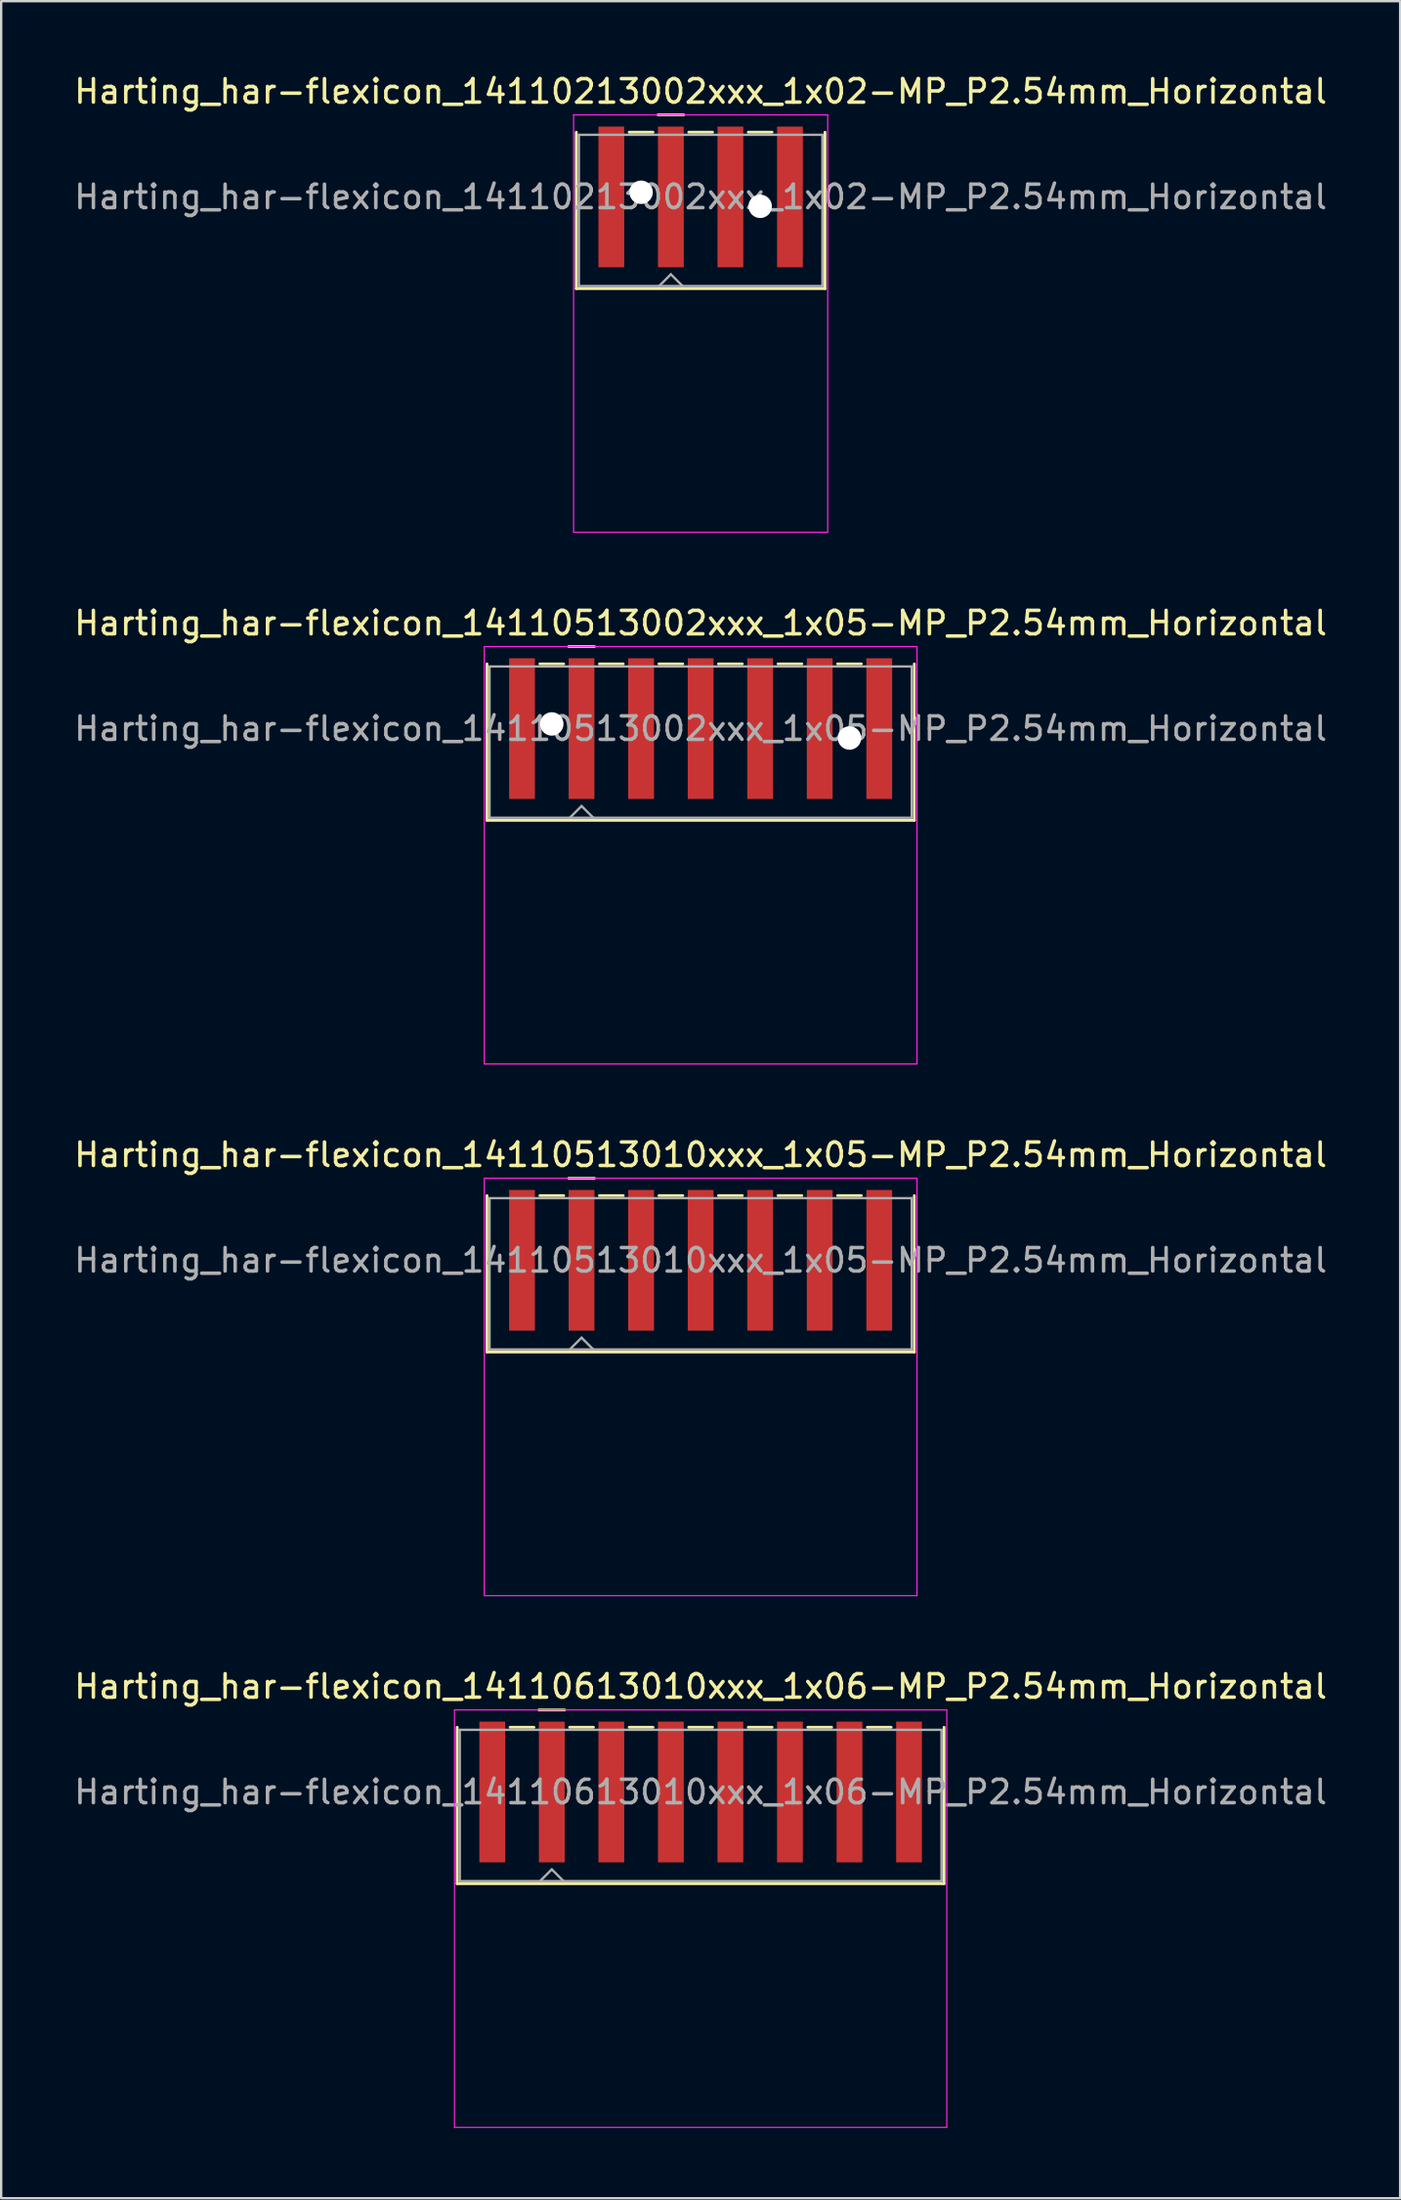
<source format=kicad_pcb>
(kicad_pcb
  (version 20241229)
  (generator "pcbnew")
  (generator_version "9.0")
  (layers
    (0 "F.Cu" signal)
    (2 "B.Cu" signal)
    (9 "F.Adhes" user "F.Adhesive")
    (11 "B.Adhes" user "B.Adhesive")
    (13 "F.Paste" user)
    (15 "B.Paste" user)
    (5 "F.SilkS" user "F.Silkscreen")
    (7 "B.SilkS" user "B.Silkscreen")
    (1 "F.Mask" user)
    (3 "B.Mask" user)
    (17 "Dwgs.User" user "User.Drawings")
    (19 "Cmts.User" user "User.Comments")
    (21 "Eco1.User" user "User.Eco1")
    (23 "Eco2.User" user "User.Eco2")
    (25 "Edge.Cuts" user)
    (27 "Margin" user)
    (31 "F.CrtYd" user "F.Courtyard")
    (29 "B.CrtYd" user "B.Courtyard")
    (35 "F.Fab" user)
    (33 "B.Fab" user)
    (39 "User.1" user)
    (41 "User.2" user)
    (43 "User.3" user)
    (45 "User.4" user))
  (footprint "Harting_har-flexicon_14110513010xxx_1x05-MP_P2.54mm_Horizontal"
    (layer "F.Cu")
    (at 26.839 51.995)
    (property "Reference" "Harting_har-flexicon_14110513010xxx_1x05-MP_P2.54mm_Horizontal" (at 0 -5.8 0) (layer "F.SilkS") (effects (font (size 1 1) (thickness 0.15))))
    (attr smd)
    (fp_line (start -9.115 -4.06) (end -9.115 2.61) (stroke (width 0.12) (type solid)) (layer "F.SilkS"))
    (fp_line (start -6.858 -4.06) (end -5.842 -4.06) (stroke (width 0.12) (type solid)) (layer "F.SilkS"))
    (fp_line (start -5.63 -4.8) (end -4.53 -4.8) (stroke (width 0.12) (type solid)) (layer "F.SilkS"))
    (fp_line (start -4.318 -4.06) (end -3.302 -4.06) (stroke (width 0.12) (type solid)) (layer "F.SilkS"))
    (fp_line (start -1.778 -4.06) (end -0.762 -4.06) (stroke (width 0.12) (type solid)) (layer "F.SilkS"))
    (fp_line (start 0.762 -4.06) (end 1.778 -4.06) (stroke (width 0.12) (type solid)) (layer "F.SilkS"))
    (fp_line (start 3.302 -4.06) (end 4.318 -4.06) (stroke (width 0.12) (type solid)) (layer "F.SilkS"))
    (fp_line (start 5.842 -4.06) (end 6.858 -4.06) (stroke (width 0.12) (type solid)) (layer "F.SilkS"))
    (fp_line (start 9.115 -4.06) (end 9.115 2.61) (stroke (width 0.12) (type solid)) (layer "F.SilkS"))
    (fp_line (start 9.115 2.61) (end -9.115 2.61) (stroke (width 0.12) (type solid)) (layer "F.SilkS"))
    (fp_line (start -9.23 -4.8) (end -9.23 13) (stroke (width 0.05) (type solid)) (layer "F.CrtYd"))
    (fp_line (start -9.23 13) (end 9.23 13) (stroke (width 0.05) (type solid)) (layer "F.CrtYd"))
    (fp_line (start 9.23 -4.8) (end -9.23 -4.8) (stroke (width 0.05) (type solid)) (layer "F.CrtYd"))
    (fp_line (start 9.23 13) (end 9.23 -4.8) (stroke (width 0.05) (type solid)) (layer "F.CrtYd"))
    (fp_line (start -9.005 -3.95) (end -9.005 2.5) (stroke (width 0.1) (type solid)) (layer "F.Fab"))
    (fp_line (start -9.005 2.5) (end 9.005 2.5) (stroke (width 0.1) (type solid)) (layer "F.Fab"))
    (fp_line (start -5.58 2.5) (end -5.08 2) (stroke (width 0.1) (type solid)) (layer "F.Fab"))
    (fp_line (start -5.08 2) (end -4.58 2.5) (stroke (width 0.1) (type solid)) (layer "F.Fab"))
    (fp_line (start 9.005 -3.95) (end -9.005 -3.95) (stroke (width 0.1) (type solid)) (layer "F.Fab"))
    (fp_line (start 9.005 2.5) (end 9.005 -3.95) (stroke (width 0.1) (type solid)) (layer "F.Fab"))
    (fp_text user "${REFERENCE}" (at 0 -1.3 0) (layer "F.Fab") (effects (font (size 1 1) (thickness 0.15))))
    (pad "1" smd rect (at -5.08 -1.3) (size 1.1 6) (layers "F.Cu" "F.Mask" "F.Paste"))
    (pad "2" smd rect (at -2.54 -1.3) (size 1.1 6) (layers "F.Cu" "F.Mask" "F.Paste"))
    (pad "3" smd rect (at 0 -1.3) (size 1.1 6) (layers "F.Cu" "F.Mask" "F.Paste"))
    (pad "4" smd rect (at 2.54 -1.3) (size 1.1 6) (layers "F.Cu" "F.Mask" "F.Paste"))
    (pad "5" smd rect (at 5.08 -1.3) (size 1.1 6) (layers "F.Cu" "F.Mask" "F.Paste"))
    (pad "MP" smd rect (at -7.62 -1.3) (size 1.1 6) (layers "F.Cu" "F.Mask" "F.Paste"))
    (pad "MP" smd rect (at 7.62 -1.3) (size 1.1 6) (layers "F.Cu" "F.Mask" "F.Paste")))
  (footprint "Harting_har-flexicon_14110213002xxx_1x02-MP_P2.54mm_Horizontal"
    (layer "F.Cu")
    (at 26.839 6.648)
    (property "Reference" "Harting_har-flexicon_14110213002xxx_1x02-MP_P2.54mm_Horizontal" (at 0 -5.8 0) (layer "F.SilkS") (effects (font (size 1 1) (thickness 0.15))))
    (attr smd)
    (fp_line (start -5.305 -4.06) (end -5.305 2.61) (stroke (width 0.12) (type solid)) (layer "F.SilkS"))
    (fp_line (start -3.048 -4.06) (end -2.032 -4.06) (stroke (width 0.12) (type solid)) (layer "F.SilkS"))
    (fp_line (start -1.82 -4.8) (end -0.72 -4.8) (stroke (width 0.12) (type solid)) (layer "F.SilkS"))
    (fp_line (start -0.508 -4.06) (end 0.508 -4.06) (stroke (width 0.12) (type solid)) (layer "F.SilkS"))
    (fp_line (start 2.032 -4.06) (end 3.048 -4.06) (stroke (width 0.12) (type solid)) (layer "F.SilkS"))
    (fp_line (start 5.305 -4.06) (end 5.305 2.61) (stroke (width 0.12) (type solid)) (layer "F.SilkS"))
    (fp_line (start 5.305 2.61) (end -5.305 2.61) (stroke (width 0.12) (type solid)) (layer "F.SilkS"))
    (fp_line (start -5.42 -4.8) (end -5.42 13) (stroke (width 0.05) (type solid)) (layer "F.CrtYd"))
    (fp_line (start -5.42 13) (end 5.42 13) (stroke (width 0.05) (type solid)) (layer "F.CrtYd"))
    (fp_line (start 5.42 -4.8) (end -5.42 -4.8) (stroke (width 0.05) (type solid)) (layer "F.CrtYd"))
    (fp_line (start 5.42 13) (end 5.42 -4.8) (stroke (width 0.05) (type solid)) (layer "F.CrtYd"))
    (fp_line (start -5.195 -3.95) (end -5.195 2.5) (stroke (width 0.1) (type solid)) (layer "F.Fab"))
    (fp_line (start -5.195 2.5) (end 5.195 2.5) (stroke (width 0.1) (type solid)) (layer "F.Fab"))
    (fp_line (start -1.77 2.5) (end -1.27 2) (stroke (width 0.1) (type solid)) (layer "F.Fab"))
    (fp_line (start -1.27 2) (end -0.77 2.5) (stroke (width 0.1) (type solid)) (layer "F.Fab"))
    (fp_line (start 5.195 -3.95) (end -5.195 -3.95) (stroke (width 0.1) (type solid)) (layer "F.Fab"))
    (fp_line (start 5.195 2.5) (end 5.195 -3.95) (stroke (width 0.1) (type solid)) (layer "F.Fab"))
    (fp_text user "${REFERENCE}" (at 0 -1.3 0) (layer "F.Fab") (effects (font (size 1 1) (thickness 0.15))))
    (pad "" np_thru_hole circle (at -2.54 -1.5) (size 1 1) (drill 1) (layers "*.Cu" "*.Mask"))
    (pad "" np_thru_hole circle (at 2.54 -0.9) (size 1 1) (drill 1) (layers "*.Cu" "*.Mask"))
    (pad "1" smd rect (at -1.27 -1.3) (size 1.1 6) (layers "F.Cu" "F.Mask" "F.Paste"))
    (pad "2" smd rect (at 1.27 -1.3) (size 1.1 6) (layers "F.Cu" "F.Mask" "F.Paste"))
    (pad "MP" smd rect (at -3.81 -1.3) (size 1.1 6) (layers "F.Cu" "F.Mask" "F.Paste"))
    (pad "MP" smd rect (at 3.81 -1.3) (size 1.1 6) (layers "F.Cu" "F.Mask" "F.Paste")))
  (footprint "Harting_har-flexicon_14110513002xxx_1x05-MP_P2.54mm_Horizontal"
    (layer "F.Cu")
    (at 26.839 29.322)
    (property "Reference" "Harting_har-flexicon_14110513002xxx_1x05-MP_P2.54mm_Horizontal" (at 0 -5.8 0) (layer "F.SilkS") (effects (font (size 1 1) (thickness 0.15))))
    (attr smd)
    (fp_line (start -9.115 -4.06) (end -9.115 2.61) (stroke (width 0.12) (type solid)) (layer "F.SilkS"))
    (fp_line (start -6.858 -4.06) (end -5.842 -4.06) (stroke (width 0.12) (type solid)) (layer "F.SilkS"))
    (fp_line (start -5.63 -4.8) (end -4.53 -4.8) (stroke (width 0.12) (type solid)) (layer "F.SilkS"))
    (fp_line (start -4.318 -4.06) (end -3.302 -4.06) (stroke (width 0.12) (type solid)) (layer "F.SilkS"))
    (fp_line (start -1.778 -4.06) (end -0.762 -4.06) (stroke (width 0.12) (type solid)) (layer "F.SilkS"))
    (fp_line (start 0.762 -4.06) (end 1.778 -4.06) (stroke (width 0.12) (type solid)) (layer "F.SilkS"))
    (fp_line (start 3.302 -4.06) (end 4.318 -4.06) (stroke (width 0.12) (type solid)) (layer "F.SilkS"))
    (fp_line (start 5.842 -4.06) (end 6.858 -4.06) (stroke (width 0.12) (type solid)) (layer "F.SilkS"))
    (fp_line (start 9.115 -4.06) (end 9.115 2.61) (stroke (width 0.12) (type solid)) (layer "F.SilkS"))
    (fp_line (start 9.115 2.61) (end -9.115 2.61) (stroke (width 0.12) (type solid)) (layer "F.SilkS"))
    (fp_line (start -9.23 -4.8) (end -9.23 13) (stroke (width 0.05) (type solid)) (layer "F.CrtYd"))
    (fp_line (start -9.23 13) (end 9.23 13) (stroke (width 0.05) (type solid)) (layer "F.CrtYd"))
    (fp_line (start 9.23 -4.8) (end -9.23 -4.8) (stroke (width 0.05) (type solid)) (layer "F.CrtYd"))
    (fp_line (start 9.23 13) (end 9.23 -4.8) (stroke (width 0.05) (type solid)) (layer "F.CrtYd"))
    (fp_line (start -9.005 -3.95) (end -9.005 2.5) (stroke (width 0.1) (type solid)) (layer "F.Fab"))
    (fp_line (start -9.005 2.5) (end 9.005 2.5) (stroke (width 0.1) (type solid)) (layer "F.Fab"))
    (fp_line (start -5.58 2.5) (end -5.08 2) (stroke (width 0.1) (type solid)) (layer "F.Fab"))
    (fp_line (start -5.08 2) (end -4.58 2.5) (stroke (width 0.1) (type solid)) (layer "F.Fab"))
    (fp_line (start 9.005 -3.95) (end -9.005 -3.95) (stroke (width 0.1) (type solid)) (layer "F.Fab"))
    (fp_line (start 9.005 2.5) (end 9.005 -3.95) (stroke (width 0.1) (type solid)) (layer "F.Fab"))
    (fp_text user "${REFERENCE}" (at 0 -1.3 0) (layer "F.Fab") (effects (font (size 1 1) (thickness 0.15))))
    (pad "" np_thru_hole circle (at -6.35 -1.5) (size 1 1) (drill 1) (layers "*.Cu" "*.Mask"))
    (pad "" np_thru_hole circle (at 6.35 -0.9) (size 1 1) (drill 1) (layers "*.Cu" "*.Mask"))
    (pad "1" smd rect (at -5.08 -1.3) (size 1.1 6) (layers "F.Cu" "F.Mask" "F.Paste"))
    (pad "2" smd rect (at -2.54 -1.3) (size 1.1 6) (layers "F.Cu" "F.Mask" "F.Paste"))
    (pad "3" smd rect (at 0 -1.3) (size 1.1 6) (layers "F.Cu" "F.Mask" "F.Paste"))
    (pad "4" smd rect (at 2.54 -1.3) (size 1.1 6) (layers "F.Cu" "F.Mask" "F.Paste"))
    (pad "5" smd rect (at 5.08 -1.3) (size 1.1 6) (layers "F.Cu" "F.Mask" "F.Paste"))
    (pad "MP" smd rect (at -7.62 -1.3) (size 1.1 6) (layers "F.Cu" "F.Mask" "F.Paste"))
    (pad "MP" smd rect (at 7.62 -1.3) (size 1.1 6) (layers "F.Cu" "F.Mask" "F.Paste")))
  (footprint "Harting_har-flexicon_14110613010xxx_1x06-MP_P2.54mm_Horizontal"
    (layer "F.Cu")
    (at 26.839 74.668)
    (property "Reference" "Harting_har-flexicon_14110613010xxx_1x06-MP_P2.54mm_Horizontal" (at 0 -5.8 0) (layer "F.SilkS") (effects (font (size 1 1) (thickness 0.15))))
    (attr smd)
    (fp_line (start -10.385 -4.06) (end -10.385 2.61) (stroke (width 0.12) (type solid)) (layer "F.SilkS"))
    (fp_line (start -8.128 -4.06) (end -7.112 -4.06) (stroke (width 0.12) (type solid)) (layer "F.SilkS"))
    (fp_line (start -6.9 -4.8) (end -5.8 -4.8) (stroke (width 0.12) (type solid)) (layer "F.SilkS"))
    (fp_line (start -5.588 -4.06) (end -4.572 -4.06) (stroke (width 0.12) (type solid)) (layer "F.SilkS"))
    (fp_line (start -3.048 -4.06) (end -2.032 -4.06) (stroke (width 0.12) (type solid)) (layer "F.SilkS"))
    (fp_line (start -0.508 -4.06) (end 0.508 -4.06) (stroke (width 0.12) (type solid)) (layer "F.SilkS"))
    (fp_line (start 2.032 -4.06) (end 3.048 -4.06) (stroke (width 0.12) (type solid)) (layer "F.SilkS"))
    (fp_line (start 4.572 -4.06) (end 5.588 -4.06) (stroke (width 0.12) (type solid)) (layer "F.SilkS"))
    (fp_line (start 7.112 -4.06) (end 8.128 -4.06) (stroke (width 0.12) (type solid)) (layer "F.SilkS"))
    (fp_line (start 10.385 -4.06) (end 10.385 2.61) (stroke (width 0.12) (type solid)) (layer "F.SilkS"))
    (fp_line (start 10.385 2.61) (end -10.385 2.61) (stroke (width 0.12) (type solid)) (layer "F.SilkS"))
    (fp_line (start -10.5 -4.8) (end -10.5 13) (stroke (width 0.05) (type solid)) (layer "F.CrtYd"))
    (fp_line (start -10.5 13) (end 10.5 13) (stroke (width 0.05) (type solid)) (layer "F.CrtYd"))
    (fp_line (start 10.5 -4.8) (end -10.5 -4.8) (stroke (width 0.05) (type solid)) (layer "F.CrtYd"))
    (fp_line (start 10.5 13) (end 10.5 -4.8) (stroke (width 0.05) (type solid)) (layer "F.CrtYd"))
    (fp_line (start -10.275 -3.95) (end -10.275 2.5) (stroke (width 0.1) (type solid)) (layer "F.Fab"))
    (fp_line (start -10.275 2.5) (end 10.275 2.5) (stroke (width 0.1) (type solid)) (layer "F.Fab"))
    (fp_line (start -6.85 2.5) (end -6.35 2) (stroke (width 0.1) (type solid)) (layer "F.Fab"))
    (fp_line (start -6.35 2) (end -5.85 2.5) (stroke (width 0.1) (type solid)) (layer "F.Fab"))
    (fp_line (start 10.275 -3.95) (end -10.275 -3.95) (stroke (width 0.1) (type solid)) (layer "F.Fab"))
    (fp_line (start 10.275 2.5) (end 10.275 -3.95) (stroke (width 0.1) (type solid)) (layer "F.Fab"))
    (fp_text user "${REFERENCE}" (at 0 -1.3 0) (layer "F.Fab") (effects (font (size 1 1) (thickness 0.15))))
    (pad "1" smd rect (at -6.35 -1.3) (size 1.1 6) (layers "F.Cu" "F.Mask" "F.Paste"))
    (pad "2" smd rect (at -3.81 -1.3) (size 1.1 6) (layers "F.Cu" "F.Mask" "F.Paste"))
    (pad "3" smd rect (at -1.27 -1.3) (size 1.1 6) (layers "F.Cu" "F.Mask" "F.Paste"))
    (pad "4" smd rect (at 1.27 -1.3) (size 1.1 6) (layers "F.Cu" "F.Mask" "F.Paste"))
    (pad "5" smd rect (at 3.81 -1.3) (size 1.1 6) (layers "F.Cu" "F.Mask" "F.Paste"))
    (pad "6" smd rect (at 6.35 -1.3) (size 1.1 6) (layers "F.Cu" "F.Mask" "F.Paste"))
    (pad "MP" smd rect (at -8.89 -1.3) (size 1.1 6) (layers "F.Cu" "F.Mask" "F.Paste"))
    (pad "MP" smd rect (at 8.89 -1.3) (size 1.1 6) (layers "F.Cu" "F.Mask" "F.Paste")))
  (gr_rect
    (start -3 -3)
    (end 56.679 90.693)
    (stroke (width 0.1) (type default))
    (fill no)
    (layer "Edge.Cuts")))
</source>
